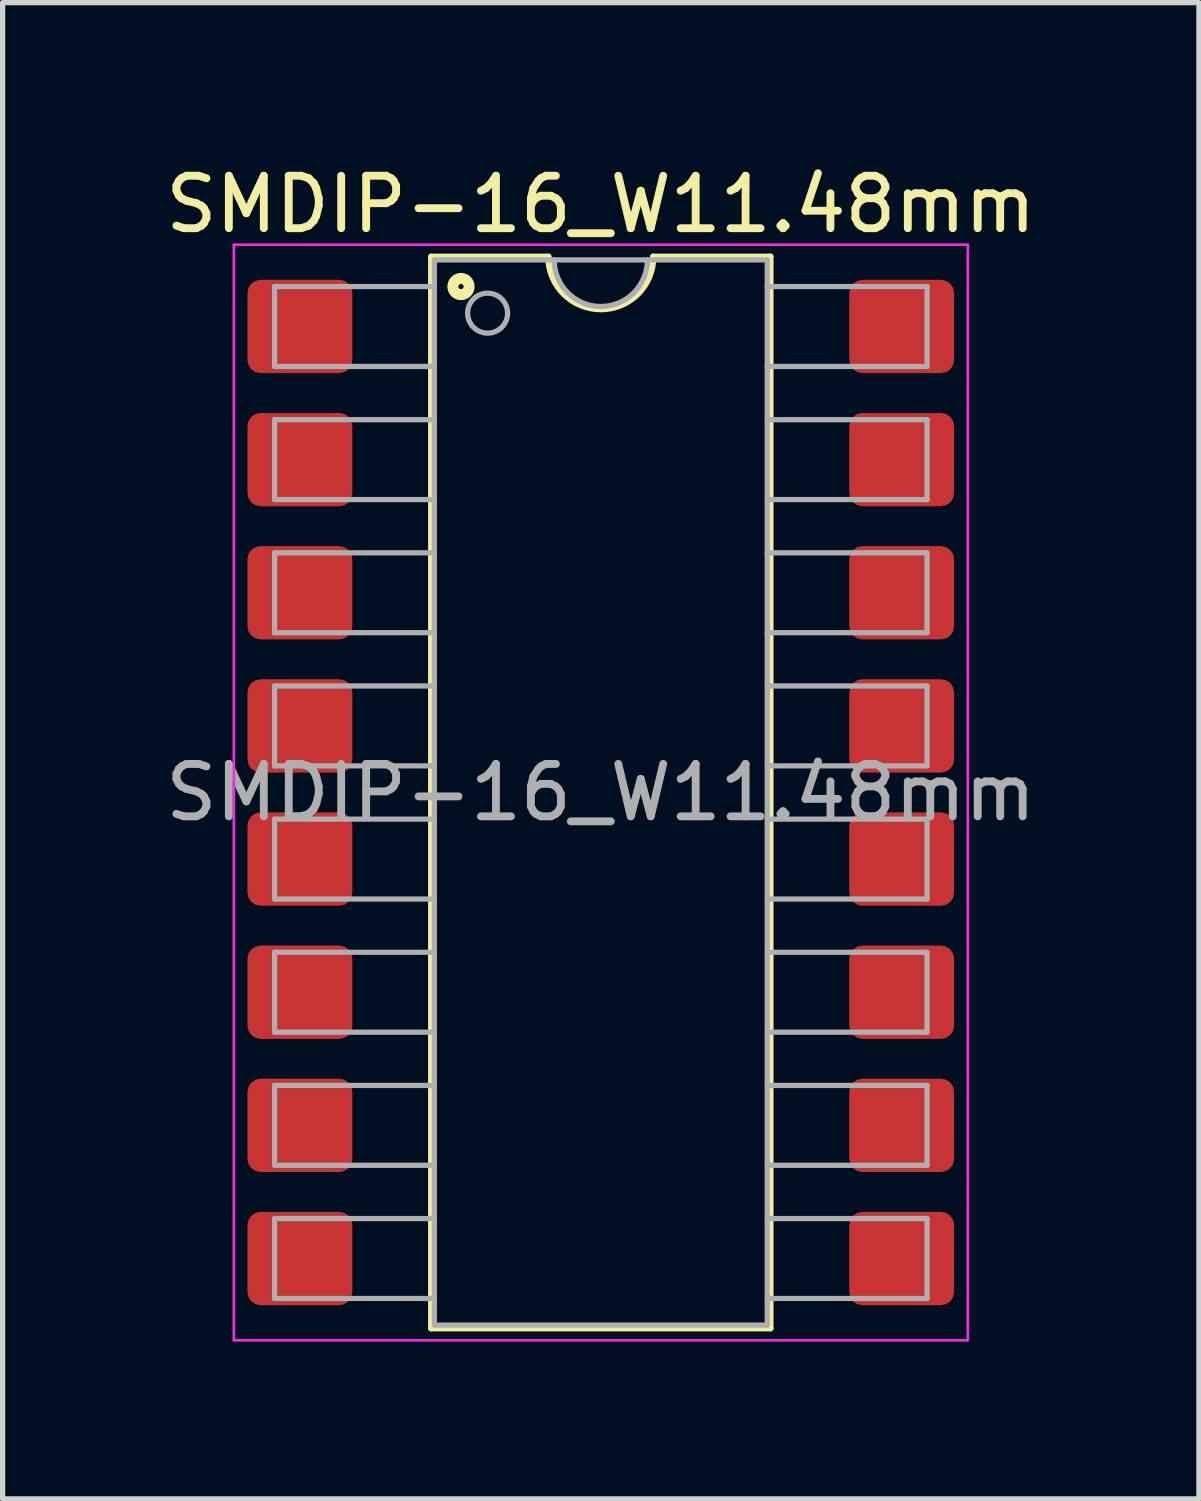
<source format=kicad_pcb>
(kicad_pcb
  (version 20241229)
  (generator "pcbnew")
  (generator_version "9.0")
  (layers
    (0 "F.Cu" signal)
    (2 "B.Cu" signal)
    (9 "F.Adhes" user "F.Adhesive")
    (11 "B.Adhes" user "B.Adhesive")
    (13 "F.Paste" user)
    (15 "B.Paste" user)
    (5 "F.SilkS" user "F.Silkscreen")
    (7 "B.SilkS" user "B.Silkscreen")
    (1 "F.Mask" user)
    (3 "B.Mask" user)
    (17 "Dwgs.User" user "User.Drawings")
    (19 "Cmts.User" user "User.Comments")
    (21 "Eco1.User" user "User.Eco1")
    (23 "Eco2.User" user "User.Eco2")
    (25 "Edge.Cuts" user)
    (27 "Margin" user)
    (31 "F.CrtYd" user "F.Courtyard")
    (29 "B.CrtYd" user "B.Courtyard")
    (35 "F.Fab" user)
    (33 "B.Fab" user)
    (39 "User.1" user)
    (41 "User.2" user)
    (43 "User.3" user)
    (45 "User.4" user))
  (footprint "SMDIP-16_W11.48mm"
    (layer "F.Cu")
    (at 8.411 12.068)
    (property "Reference" "SMDIP-16_W11.48mm" (at 0 -11.22 0) (layer "F.SilkS") (effects (font (size 1 1) (thickness 0.15))))
    (attr smd)
    (fp_line (start -3.235 -10.22) (end -3.235 10.22) (stroke (width 0.12) (type solid)) (layer "F.SilkS"))
    (fp_line (start -3.235 10.22) (end 3.235 10.22) (stroke (width 0.12) (type solid)) (layer "F.SilkS"))
    (fp_line (start -1 -10.22) (end -3.235 -10.22) (stroke (width 0.12) (type solid)) (layer "F.SilkS"))
    (fp_line (start 3.235 -10.22) (end 1 -10.22) (stroke (width 0.12) (type solid)) (layer "F.SilkS"))
    (fp_line (start 3.235 10.22) (end 3.235 -10.22) (stroke (width 0.12) (type solid)) (layer "F.SilkS"))
    (fp_arc (start 1 -10.22) (mid 0 -9.22) (end -1 -10.22) (stroke (width 0.12) (type solid)) (layer "F.SilkS"))
    (fp_circle (center -2.667 -9.652) (end -2.617 -9.652) (stroke (width 0.12) (type solid)) (fill no) (layer "F.SilkS"))
    (fp_circle (center -2.667 -9.652) (end -2.542 -9.652) (stroke (width 0.12) (type solid)) (fill no) (layer "F.SilkS"))
    (fp_circle (center -2.667 -9.652) (end -2.467 -9.652) (stroke (width 0.12) (type solid)) (fill no) (layer "F.SilkS"))
    (fp_line (start -7 -10.45) (end -7 10.45) (stroke (width 0.05) (type solid)) (layer "F.CrtYd"))
    (fp_line (start -7 10.45) (end 7 10.45) (stroke (width 0.05) (type solid)) (layer "F.CrtYd"))
    (fp_line (start 7 -10.45) (end -7 -10.45) (stroke (width 0.05) (type solid)) (layer "F.CrtYd"))
    (fp_line (start 7 10.45) (end 7 -10.45) (stroke (width 0.05) (type solid)) (layer "F.CrtYd"))
    (fp_line (start -6.223 -9.652) (end -6.223 -8.128) (stroke (width 0.1) (type solid)) (layer "F.Fab"))
    (fp_line (start -6.223 -9.652) (end -3.175 -9.652) (stroke (width 0.1) (type solid)) (layer "F.Fab"))
    (fp_line (start -6.223 -8.128) (end -3.175 -8.128) (stroke (width 0.1) (type solid)) (layer "F.Fab"))
    (fp_line (start -6.223 -7.112) (end -6.223 -5.588) (stroke (width 0.1) (type solid)) (layer "F.Fab"))
    (fp_line (start -6.223 -7.112) (end -3.175 -7.112) (stroke (width 0.1) (type solid)) (layer "F.Fab"))
    (fp_line (start -6.223 -5.588) (end -3.175 -5.588) (stroke (width 0.1) (type solid)) (layer "F.Fab"))
    (fp_line (start -6.223 -4.572) (end -6.223 -3.048) (stroke (width 0.1) (type solid)) (layer "F.Fab"))
    (fp_line (start -6.223 -4.572) (end -3.175 -4.572) (stroke (width 0.1) (type solid)) (layer "F.Fab"))
    (fp_line (start -6.223 -3.048) (end -3.175 -3.048) (stroke (width 0.1) (type solid)) (layer "F.Fab"))
    (fp_line (start -6.223 -2.032) (end -6.223 -0.508) (stroke (width 0.1) (type solid)) (layer "F.Fab"))
    (fp_line (start -6.223 -2.032) (end -3.175 -2.032) (stroke (width 0.1) (type solid)) (layer "F.Fab"))
    (fp_line (start -6.223 -0.508) (end -3.175 -0.508) (stroke (width 0.1) (type solid)) (layer "F.Fab"))
    (fp_line (start -6.223 0.508) (end -6.223 2.032) (stroke (width 0.1) (type solid)) (layer "F.Fab"))
    (fp_line (start -6.223 0.508) (end -3.175 0.508) (stroke (width 0.1) (type solid)) (layer "F.Fab"))
    (fp_line (start -6.223 2.032) (end -3.175 2.032) (stroke (width 0.1) (type solid)) (layer "F.Fab"))
    (fp_line (start -6.223 3.048) (end -6.223 4.572) (stroke (width 0.1) (type solid)) (layer "F.Fab"))
    (fp_line (start -6.223 3.048) (end -3.175 3.048) (stroke (width 0.1) (type solid)) (layer "F.Fab"))
    (fp_line (start -6.223 4.572) (end -3.175 4.572) (stroke (width 0.1) (type solid)) (layer "F.Fab"))
    (fp_line (start -6.223 5.588) (end -6.223 7.112) (stroke (width 0.1) (type solid)) (layer "F.Fab"))
    (fp_line (start -6.223 5.588) (end -3.175 5.588) (stroke (width 0.1) (type solid)) (layer "F.Fab"))
    (fp_line (start -6.223 7.112) (end -3.175 7.112) (stroke (width 0.1) (type solid)) (layer "F.Fab"))
    (fp_line (start -6.223 8.128) (end -6.223 9.652) (stroke (width 0.1) (type solid)) (layer "F.Fab"))
    (fp_line (start -6.223 8.128) (end -3.175 8.128) (stroke (width 0.1) (type solid)) (layer "F.Fab"))
    (fp_line (start -6.223 9.652) (end -3.175 9.652) (stroke (width 0.1) (type solid)) (layer "F.Fab"))
    (fp_line (start -3.175 -10.16) (end 3.175 -10.16) (stroke (width 0.1) (type solid)) (layer "F.Fab"))
    (fp_line (start -3.175 10.16) (end -3.175 -10.16) (stroke (width 0.1) (type solid)) (layer "F.Fab"))
    (fp_line (start 3.175 -10.16) (end 3.175 10.16) (stroke (width 0.1) (type solid)) (layer "F.Fab"))
    (fp_line (start 3.175 10.16) (end -3.175 10.16) (stroke (width 0.1) (type solid)) (layer "F.Fab"))
    (fp_line (start 6.223 -9.652) (end 3.175 -9.652) (stroke (width 0.1) (type solid)) (layer "F.Fab"))
    (fp_line (start 6.223 -8.128) (end 3.175 -8.128) (stroke (width 0.1) (type solid)) (layer "F.Fab"))
    (fp_line (start 6.223 -8.128) (end 6.223 -9.652) (stroke (width 0.1) (type solid)) (layer "F.Fab"))
    (fp_line (start 6.223 -7.112) (end 3.175 -7.112) (stroke (width 0.1) (type solid)) (layer "F.Fab"))
    (fp_line (start 6.223 -5.588) (end 3.175 -5.588) (stroke (width 0.1) (type solid)) (layer "F.Fab"))
    (fp_line (start 6.223 -5.588) (end 6.223 -7.112) (stroke (width 0.1) (type solid)) (layer "F.Fab"))
    (fp_line (start 6.223 -4.572) (end 3.175 -4.572) (stroke (width 0.1) (type solid)) (layer "F.Fab"))
    (fp_line (start 6.223 -3.048) (end 3.175 -3.048) (stroke (width 0.1) (type solid)) (layer "F.Fab"))
    (fp_line (start 6.223 -3.048) (end 6.223 -4.572) (stroke (width 0.1) (type solid)) (layer "F.Fab"))
    (fp_line (start 6.223 -2.032) (end 3.175 -2.032) (stroke (width 0.1) (type solid)) (layer "F.Fab"))
    (fp_line (start 6.223 -0.508) (end 3.175 -0.508) (stroke (width 0.1) (type solid)) (layer "F.Fab"))
    (fp_line (start 6.223 -0.508) (end 6.223 -2.032) (stroke (width 0.1) (type solid)) (layer "F.Fab"))
    (fp_line (start 6.223 0.508) (end 3.175 0.508) (stroke (width 0.1) (type solid)) (layer "F.Fab"))
    (fp_line (start 6.223 2.032) (end 3.175 2.032) (stroke (width 0.1) (type solid)) (layer "F.Fab"))
    (fp_line (start 6.223 2.032) (end 6.223 0.508) (stroke (width 0.1) (type solid)) (layer "F.Fab"))
    (fp_line (start 6.223 3.048) (end 3.175 3.048) (stroke (width 0.1) (type solid)) (layer "F.Fab"))
    (fp_line (start 6.223 4.572) (end 3.175 4.572) (stroke (width 0.1) (type solid)) (layer "F.Fab"))
    (fp_line (start 6.223 4.572) (end 6.223 3.048) (stroke (width 0.1) (type solid)) (layer "F.Fab"))
    (fp_line (start 6.223 5.588) (end 3.175 5.588) (stroke (width 0.1) (type solid)) (layer "F.Fab"))
    (fp_line (start 6.223 7.112) (end 3.175 7.112) (stroke (width 0.1) (type solid)) (layer "F.Fab"))
    (fp_line (start 6.223 7.112) (end 6.223 5.588) (stroke (width 0.1) (type solid)) (layer "F.Fab"))
    (fp_line (start 6.223 8.128) (end 3.175 8.128) (stroke (width 0.1) (type solid)) (layer "F.Fab"))
    (fp_line (start 6.223 9.652) (end 3.175 9.652) (stroke (width 0.1) (type solid)) (layer "F.Fab"))
    (fp_line (start 6.223 9.652) (end 6.223 8.128) (stroke (width 0.1) (type solid)) (layer "F.Fab"))
    (fp_arc (start 0.889 -10.16) (mid 0 -9.271) (end -0.889 -10.16) (stroke (width 0.1) (type solid)) (layer "F.Fab"))
    (fp_circle (center -2.159 -9.144) (end -1.778 -9.144) (stroke (width 0.1) (type solid)) (fill no) (layer "F.Fab"))
    (fp_text user "${REFERENCE}" (at 0 0 0) (layer "F.Fab") (effects (font (size 1 1) (thickness 0.15))))
    (pad "1" smd roundrect (at -5.74 -8.89) (size 2 1.78) (layers "F.Cu" "F.Mask" "F.Paste") (roundrect_rratio 0.14))
    (pad "2" smd roundrect (at -5.74 -6.35) (size 2 1.78) (layers "F.Cu" "F.Mask" "F.Paste") (roundrect_rratio 0.14))
    (pad "3" smd roundrect (at -5.74 -3.81) (size 2 1.78) (layers "F.Cu" "F.Mask" "F.Paste") (roundrect_rratio 0.14))
    (pad "4" smd roundrect (at -5.74 -1.27) (size 2 1.78) (layers "F.Cu" "F.Mask" "F.Paste") (roundrect_rratio 0.14))
    (pad "5" smd roundrect (at -5.74 1.27) (size 2 1.78) (layers "F.Cu" "F.Mask" "F.Paste") (roundrect_rratio 0.14))
    (pad "6" smd roundrect (at -5.74 3.81) (size 2 1.78) (layers "F.Cu" "F.Mask" "F.Paste") (roundrect_rratio 0.14))
    (pad "7" smd roundrect (at -5.74 6.35) (size 2 1.78) (layers "F.Cu" "F.Mask" "F.Paste") (roundrect_rratio 0.14))
    (pad "8" smd roundrect (at -5.74 8.89) (size 2 1.78) (layers "F.Cu" "F.Mask" "F.Paste") (roundrect_rratio 0.14))
    (pad "9" smd roundrect (at 5.74 8.89) (size 2 1.78) (layers "F.Cu" "F.Mask" "F.Paste") (roundrect_rratio 0.14))
    (pad "10" smd roundrect (at 5.74 6.35) (size 2 1.78) (layers "F.Cu" "F.Mask" "F.Paste") (roundrect_rratio 0.14))
    (pad "11" smd roundrect (at 5.74 3.81) (size 2 1.78) (layers "F.Cu" "F.Mask" "F.Paste") (roundrect_rratio 0.14))
    (pad "12" smd roundrect (at 5.74 1.27) (size 2 1.78) (layers "F.Cu" "F.Mask" "F.Paste") (roundrect_rratio 0.14))
    (pad "13" smd roundrect (at 5.74 -1.27) (size 2 1.78) (layers "F.Cu" "F.Mask" "F.Paste") (roundrect_rratio 0.14))
    (pad "14" smd roundrect (at 5.74 -3.81) (size 2 1.78) (layers "F.Cu" "F.Mask" "F.Paste") (roundrect_rratio 0.14))
    (pad "15" smd roundrect (at 5.74 -6.35) (size 2 1.78) (layers "F.Cu" "F.Mask" "F.Paste") (roundrect_rratio 0.14))
    (pad "16" smd roundrect (at 5.74 -8.89) (size 2 1.78) (layers "F.Cu" "F.Mask" "F.Paste") (roundrect_rratio 0.14)))
  (gr_rect
    (start -3 -3)
    (end 19.821 25.543)
    (stroke (width 0.1) (type default))
    (fill no)
    (layer "Edge.Cuts")))
</source>
